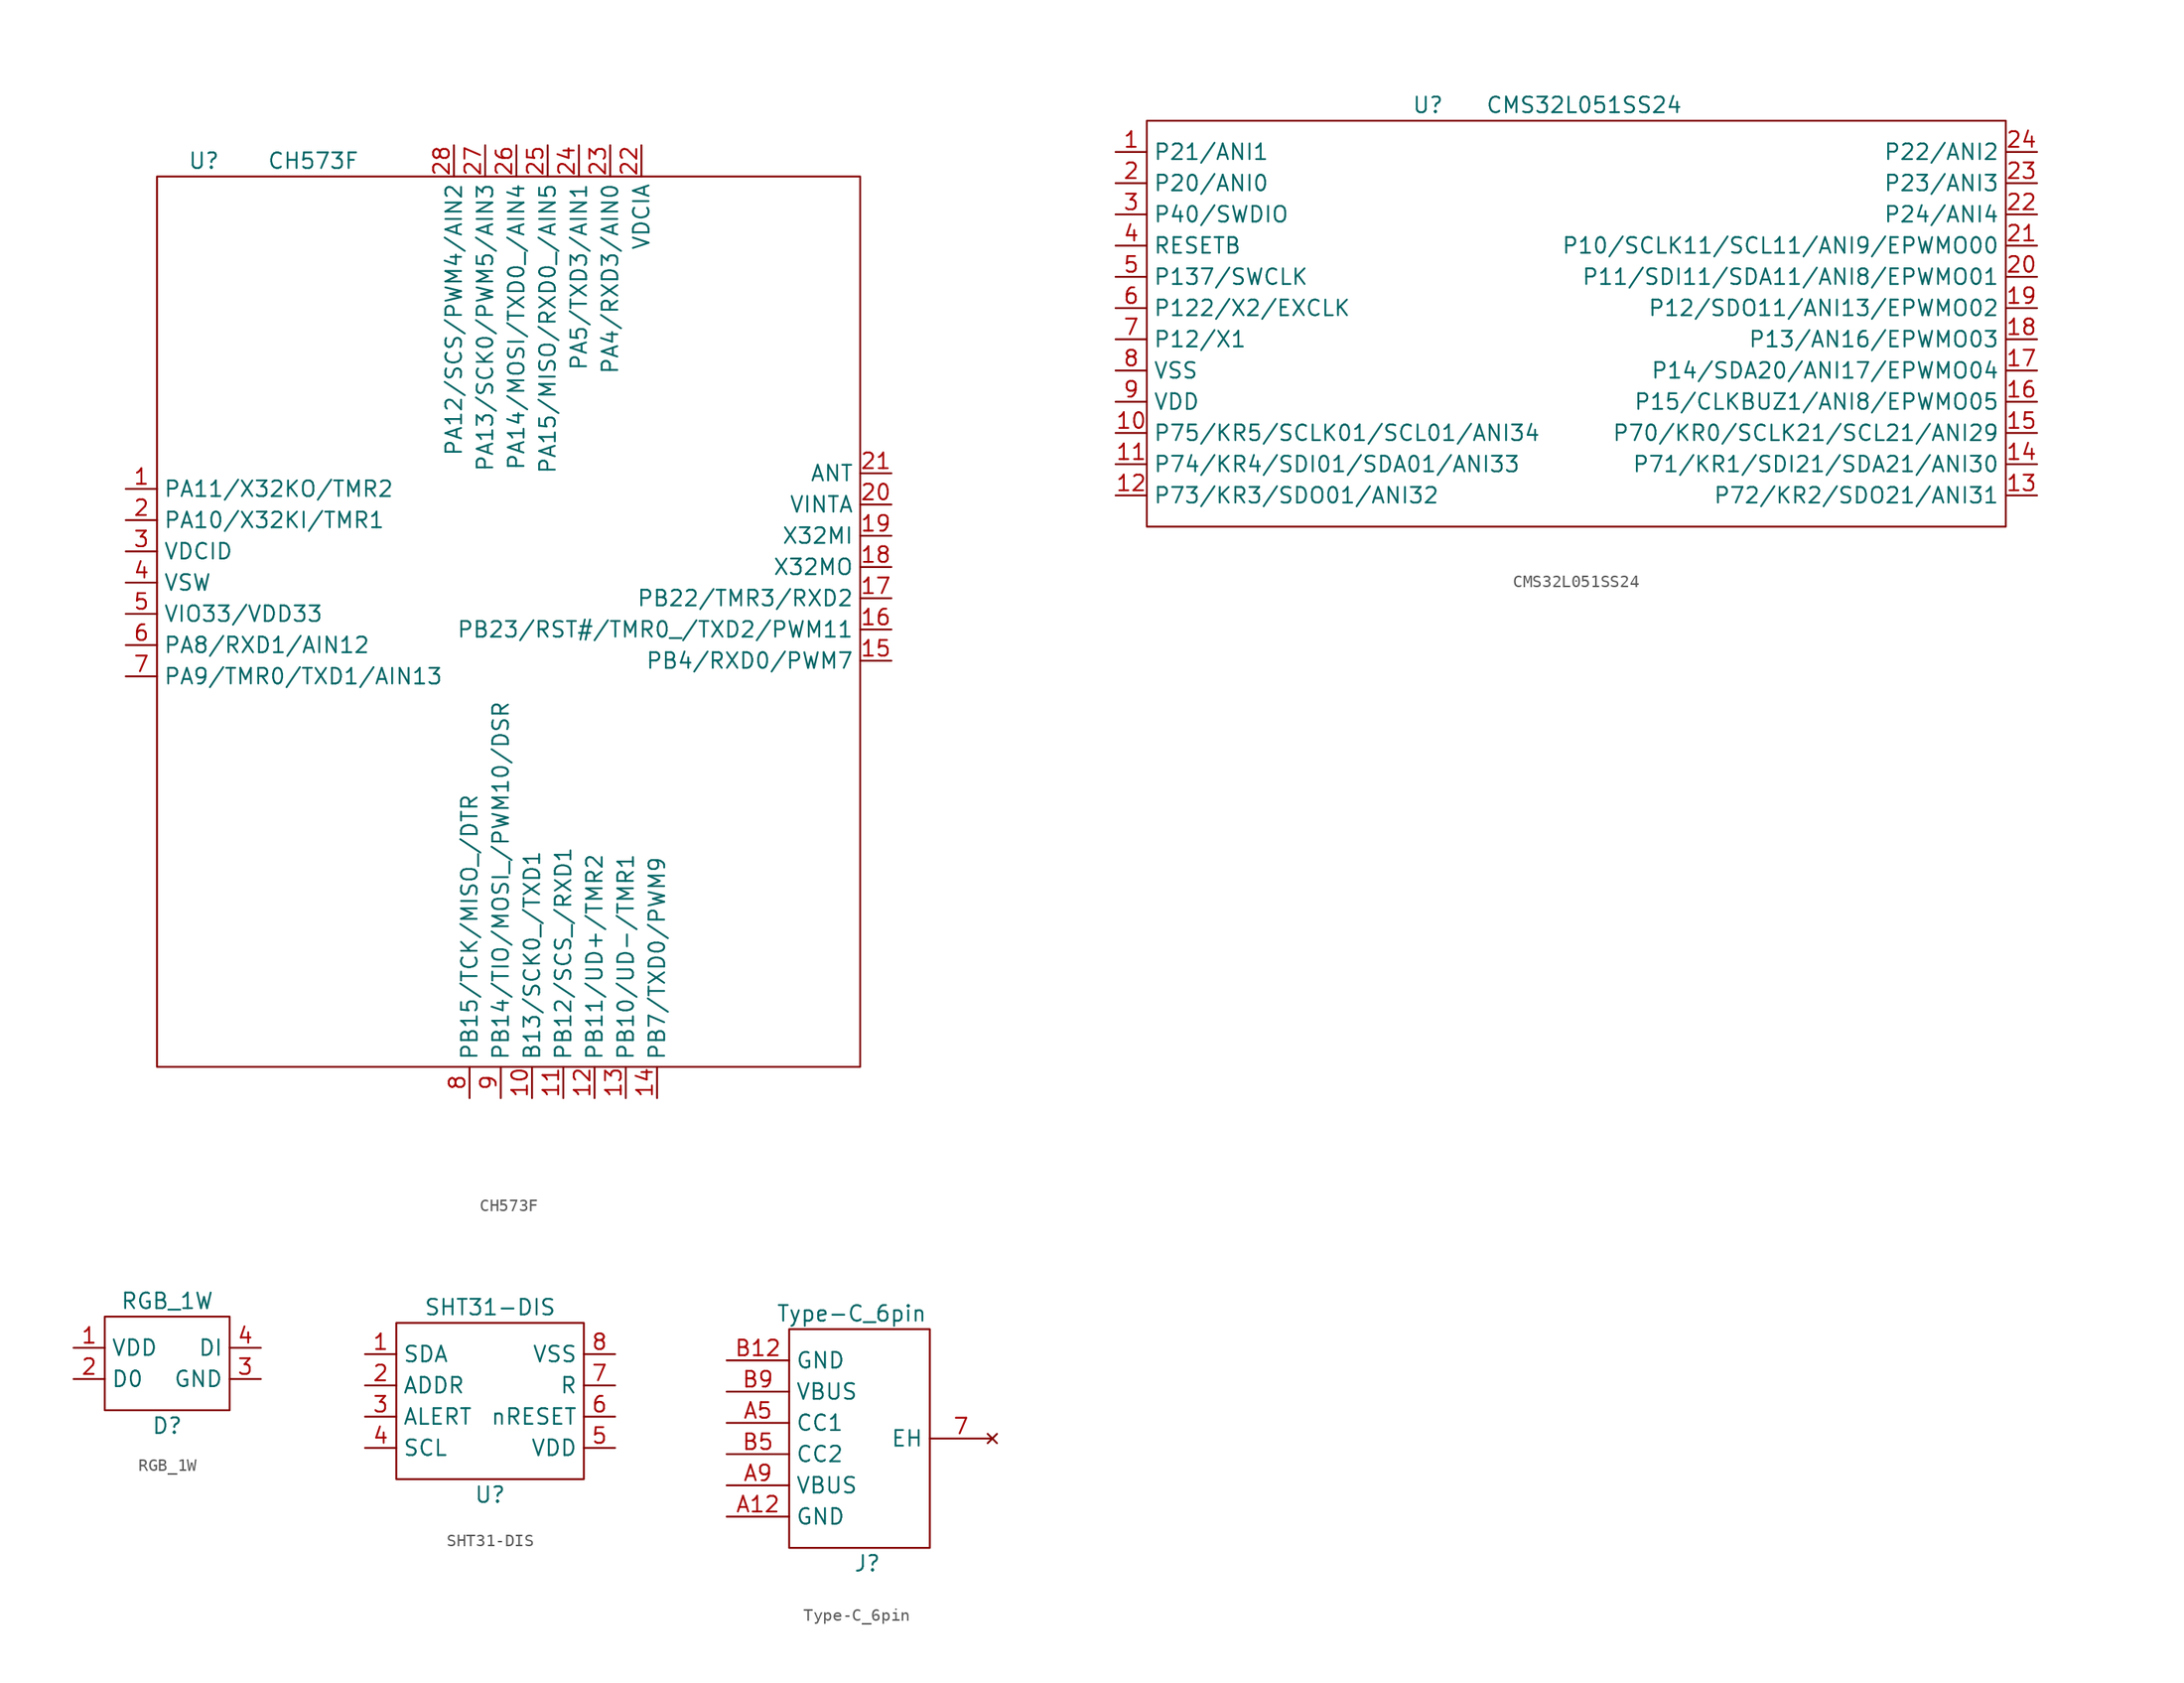
<source format=kicad_sym>
(kicad_symbol_lib
  (version 20211014)
  (generator kicad_symbol_editor)
  (symbol "CH573F"
    (property "Reference" "U"
      (at 3.81 1.27 0)
      (effects (font (size 1.27 1.27))))
    (property "Value" "CH573F"
      (at 12.7 1.27 0)
      (effects (font (size 1.27 1.27))))
    (symbol "CH573F_0_1"
      (rectangle (start 0 0) (end 57.15 -72.39) (stroke (width 0) (type default) (color 0 0 0 0)) (fill (type none))))
    (symbol "CH573F_1_1"
      (pin free line (at -2.54 -25.4 0) (length 2.54) (name "PA11/X32KO/TMR2" (effects (font (size 1.27 1.27)))) (number "1" (effects (font (size 1.27 1.27)))))
      (pin free line (at 30.48 -74.93 90) (length 2.54) (name "B13/SCK0_/TXD1" (effects (font (size 1.27 1.27)))) (number "10" (effects (font (size 1.27 1.27)))))
      (pin free line (at 33.02 -74.93 90) (length 2.54) (name "PB12/SCS_/RXD1" (effects (font (size 1.27 1.27)))) (number "11" (effects (font (size 1.27 1.27)))))
      (pin free line (at 35.56 -74.93 90) (length 2.54) (name "PB11/UD+/TMR2" (effects (font (size 1.27 1.27)))) (number "12" (effects (font (size 1.27 1.27)))))
      (pin free line (at 38.1 -74.93 90) (length 2.54) (name "PB10/UD-/TMR1" (effects (font (size 1.27 1.27)))) (number "13" (effects (font (size 1.27 1.27)))))
      (pin free line (at 40.64 -74.93 90) (length 2.54) (name "PB7/TXD0/PWM9" (effects (font (size 1.27 1.27)))) (number "14" (effects (font (size 1.27 1.27)))))
      (pin free line (at 59.69 -39.37 180) (length 2.54) (name "PB4/RXD0/PWM7" (effects (font (size 1.27 1.27)))) (number "15" (effects (font (size 1.27 1.27)))))
      (pin free line (at 59.69 -36.83 180) (length 2.54) (name "PB23/RST#/TMR0_/TXD2/PWM11" (effects (font (size 1.27 1.27)))) (number "16" (effects (font (size 1.27 1.27)))))
      (pin free line (at 59.69 -34.29 180) (length 2.54) (name "PB22/TMR3/RXD2" (effects (font (size 1.27 1.27)))) (number "17" (effects (font (size 1.27 1.27)))))
      (pin free line (at 59.69 -31.75 180) (length 2.54) (name "X32MO" (effects (font (size 1.27 1.27)))) (number "18" (effects (font (size 1.27 1.27)))))
      (pin free line (at 59.69 -29.21 180) (length 2.54) (name "X32MI" (effects (font (size 1.27 1.27)))) (number "19" (effects (font (size 1.27 1.27)))))
      (pin free line (at -2.54 -27.94 0) (length 2.54) (name "PA10/X32KI/TMR1" (effects (font (size 1.27 1.27)))) (number "2" (effects (font (size 1.27 1.27)))))
      (pin free line (at 59.69 -26.67 180) (length 2.54) (name "VINTA" (effects (font (size 1.27 1.27)))) (number "20" (effects (font (size 1.27 1.27)))))
      (pin free line (at 59.69 -24.13 180) (length 2.54) (name "ANT" (effects (font (size 1.27 1.27)))) (number "21" (effects (font (size 1.27 1.27)))))
      (pin free line (at 39.37 2.54 270) (length 2.54) (name "VDCIA" (effects (font (size 1.27 1.27)))) (number "22" (effects (font (size 1.27 1.27)))))
      (pin free line (at 36.83 2.54 270) (length 2.54) (name "PA4/RXD3/AIN0" (effects (font (size 1.27 1.27)))) (number "23" (effects (font (size 1.27 1.27)))))
      (pin free line (at 34.29 2.54 270) (length 2.54) (name "PA5/TXD3/AIN1" (effects (font (size 1.27 1.27)))) (number "24" (effects (font (size 1.27 1.27)))))
      (pin free line (at 31.75 2.54 270) (length 2.54) (name "PA15/MISO/RXD0_/AIN5" (effects (font (size 1.27 1.27)))) (number "25" (effects (font (size 1.27 1.27)))))
      (pin free line (at 29.21 2.54 270) (length 2.54) (name "PA14/MOSI/TXD0_/AIN4" (effects (font (size 1.27 1.27)))) (number "26" (effects (font (size 1.27 1.27)))))
      (pin free line (at 26.67 2.54 270) (length 2.54) (name "PA13/SCK0/PWM5/AIN3" (effects (font (size 1.27 1.27)))) (number "27" (effects (font (size 1.27 1.27)))))
      (pin free line (at 24.13 2.54 270) (length 2.54) (name "PA12/SCS/PWM4/AIN2" (effects (font (size 1.27 1.27)))) (number "28" (effects (font (size 1.27 1.27)))))
      (pin free line (at -2.54 -30.48 0) (length 2.54) (name "VDCID" (effects (font (size 1.27 1.27)))) (number "3" (effects (font (size 1.27 1.27)))))
      (pin free line (at -2.54 -33.02 0) (length 2.54) (name "VSW" (effects (font (size 1.27 1.27)))) (number "4" (effects (font (size 1.27 1.27)))))
      (pin free line (at -2.54 -35.56 0) (length 2.54) (name "VIO33/VDD33" (effects (font (size 1.27 1.27)))) (number "5" (effects (font (size 1.27 1.27)))))
      (pin free line (at -2.54 -38.1 0) (length 2.54) (name "PA8/RXD1/AIN12" (effects (font (size 1.27 1.27)))) (number "6" (effects (font (size 1.27 1.27)))))
      (pin free line (at -2.54 -40.64 0) (length 2.54) (name "PA9/TMR0/TXD1/AIN13" (effects (font (size 1.27 1.27)))) (number "7" (effects (font (size 1.27 1.27)))))
      (pin free line (at 25.4 -74.93 90) (length 2.54) (name "PB15/TCK/MISO_/DTR" (effects (font (size 1.27 1.27)))) (number "8" (effects (font (size 1.27 1.27)))))
      (pin free line (at 27.94 -74.93 90) (length 2.54) (name "PB14/TIO/MOSI_/PWM10/DSR" (effects (font (size 1.27 1.27)))) (number "9" (effects (font (size 1.27 1.27)))))))
  (symbol "CMS32L051SS24"
    (property "Reference" "U"
      (at 22.86 1.27 0)
      (effects (font (size 1.27 1.27))))
    (property "Value" "CMS32L051SS24"
      (at 35.56 1.27 0)
      (effects (font (size 1.27 1.27))))
    (symbol "CMS32L051SS24_0_1"
      (rectangle (start 0 0) (end 69.85 -33.02) (stroke (width 0) (type default) (color 0 0 0 0)) (fill (type none))))
    (symbol "CMS32L051SS24_1_1"
      (pin input line (at -2.54 -2.54 0) (length 2.54) (name "P21/ANI1" (effects (font (size 1.27 1.27)))) (number "1" (effects (font (size 1.27 1.27)))))
      (pin input line (at -2.54 -25.4 0) (length 2.54) (name "P75/KR5/SCLK01/SCL01/ANI34" (effects (font (size 1.27 1.27)))) (number "10" (effects (font (size 1.27 1.27)))))
      (pin input line (at -2.54 -27.94 0) (length 2.54) (name "P74/KR4/SDI01/SDA01/ANI33" (effects (font (size 1.27 1.27)))) (number "11" (effects (font (size 1.27 1.27)))))
      (pin input line (at -2.54 -30.48 0) (length 2.54) (name "P73/KR3/SDO01/ANI32" (effects (font (size 1.27 1.27)))) (number "12" (effects (font (size 1.27 1.27)))))
      (pin input line (at 72.39 -30.48 180) (length 2.54) (name "P72/KR2/SDO21/ANI31" (effects (font (size 1.27 1.27)))) (number "13" (effects (font (size 1.27 1.27)))))
      (pin input line (at 72.39 -27.94 180) (length 2.54) (name "P71/KR1/SDI21/SDA21/ANI30" (effects (font (size 1.27 1.27)))) (number "14" (effects (font (size 1.27 1.27)))))
      (pin input line (at 72.39 -25.4 180) (length 2.54) (name "P70/KR0/SCLK21/SCL21/ANI29" (effects (font (size 1.27 1.27)))) (number "15" (effects (font (size 1.27 1.27)))))
      (pin input line (at 72.39 -22.86 180) (length 2.54) (name "P15/CLKBUZ1/ANI8/EPWMO05" (effects (font (size 1.27 1.27)))) (number "16" (effects (font (size 1.27 1.27)))))
      (pin input line (at 72.39 -20.32 180) (length 2.54) (name "P14/SDA20/ANI17/EPWMO04" (effects (font (size 1.27 1.27)))) (number "17" (effects (font (size 1.27 1.27)))))
      (pin input line (at 72.39 -17.78 180) (length 2.54) (name "P13/AN16/EPWMO03" (effects (font (size 1.27 1.27)))) (number "18" (effects (font (size 1.27 1.27)))))
      (pin input line (at 72.39 -15.24 180) (length 2.54) (name "P12/SDO11/ANI13/EPWMO02" (effects (font (size 1.27 1.27)))) (number "19" (effects (font (size 1.27 1.27)))))
      (pin input line (at -2.54 -5.08 0) (length 2.54) (name "P20/ANI0" (effects (font (size 1.27 1.27)))) (number "2" (effects (font (size 1.27 1.27)))))
      (pin input line (at 72.39 -12.7 180) (length 2.54) (name "P11/SDI11/SDA11/ANI8/EPWMO01" (effects (font (size 1.27 1.27)))) (number "20" (effects (font (size 1.27 1.27)))))
      (pin input line (at 72.39 -10.16 180) (length 2.54) (name "P10/SCLK11/SCL11/ANI9/EPWMO00" (effects (font (size 1.27 1.27)))) (number "21" (effects (font (size 1.27 1.27)))))
      (pin input line (at 72.39 -7.62 180) (length 2.54) (name "P24/ANI4" (effects (font (size 1.27 1.27)))) (number "22" (effects (font (size 1.27 1.27)))))
      (pin input line (at 72.39 -5.08 180) (length 2.54) (name "P23/ANI3" (effects (font (size 1.27 1.27)))) (number "23" (effects (font (size 1.27 1.27)))))
      (pin input line (at 72.39 -2.54 180) (length 2.54) (name "P22/ANI2" (effects (font (size 1.27 1.27)))) (number "24" (effects (font (size 1.27 1.27)))))
      (pin input line (at -2.54 -7.62 0) (length 2.54) (name "P40/SWDIO" (effects (font (size 1.27 1.27)))) (number "3" (effects (font (size 1.27 1.27)))))
      (pin input line (at -2.54 -10.16 0) (length 2.54) (name "RESETB" (effects (font (size 1.27 1.27)))) (number "4" (effects (font (size 1.27 1.27)))))
      (pin input line (at -2.54 -12.7 0) (length 2.54) (name "P137/SWCLK" (effects (font (size 1.27 1.27)))) (number "5" (effects (font (size 1.27 1.27)))))
      (pin input line (at -2.54 -15.24 0) (length 2.54) (name "P122/X2/EXCLK" (effects (font (size 1.27 1.27)))) (number "6" (effects (font (size 1.27 1.27)))))
      (pin input line (at -2.54 -17.78 0) (length 2.54) (name "P12/X1" (effects (font (size 1.27 1.27)))) (number "7" (effects (font (size 1.27 1.27)))))
      (pin input line (at -2.54 -20.32 0) (length 2.54) (name "VSS" (effects (font (size 1.27 1.27)))) (number "8" (effects (font (size 1.27 1.27)))))
      (pin input line (at -2.54 -22.86 0) (length 2.54) (name "VDD" (effects (font (size 1.27 1.27)))) (number "9" (effects (font (size 1.27 1.27)))))))
  (symbol "RGB_1W"
    (property "Reference" "D"
      (at 5.08 -8.89 0)
      (effects (font (size 1.27 1.27))))
    (property "Value" "RGB_1W"
      (at 5.08 1.27 0)
      (effects (font (size 1.27 1.27))))
    (symbol "RGB_1W_0_1"
      (rectangle (start 0 0) (end 10.16 -7.62) (stroke (width 0) (type default) (color 0 0 0 0)) (fill (type none))))
    (symbol "RGB_1W_1_1"
      (pin input line (at -2.54 -2.54 0) (length 2.54) (name "VDD" (effects (font (size 1.27 1.27)))) (number "1" (effects (font (size 1.27 1.27)))))
      (pin input line (at -2.54 -5.08 0) (length 2.54) (name "D0" (effects (font (size 1.27 1.27)))) (number "2" (effects (font (size 1.27 1.27)))))
      (pin input line (at 12.7 -5.08 180) (length 2.54) (name "GND" (effects (font (size 1.27 1.27)))) (number "3" (effects (font (size 1.27 1.27)))))
      (pin input line (at 12.7 -2.54 180) (length 2.54) (name "DI" (effects (font (size 1.27 1.27)))) (number "4" (effects (font (size 1.27 1.27)))))))
  (symbol "SHT31-DIS"
    (property "Reference" "U"
      (at 7.62 -13.97 0)
      (effects (font (size 1.27 1.27))))
    (property "Value" "SHT31-DIS"
      (at 7.62 1.27 0)
      (effects (font (size 1.27 1.27))))
    (symbol "SHT31-DIS_0_1"
      (rectangle (start 0 0) (end 15.24 -12.7) (stroke (width 0) (type default) (color 0 0 0 0)) (fill (type none))))
    (symbol "SHT31-DIS_1_1"
      (pin input line (at -2.54 -2.54 0) (length 2.54) (name "SDA" (effects (font (size 1.27 1.27)))) (number "1" (effects (font (size 1.27 1.27)))))
      (pin input line (at -2.54 -5.08 0) (length 2.54) (name "ADDR" (effects (font (size 1.27 1.27)))) (number "2" (effects (font (size 1.27 1.27)))))
      (pin input line (at -2.54 -7.62 0) (length 2.54) (name "ALERT" (effects (font (size 1.27 1.27)))) (number "3" (effects (font (size 1.27 1.27)))))
      (pin input line (at -2.54 -10.16 0) (length 2.54) (name "SCL" (effects (font (size 1.27 1.27)))) (number "4" (effects (font (size 1.27 1.27)))))
      (pin input line (at 17.78 -10.16 180) (length 2.54) (name "VDD" (effects (font (size 1.27 1.27)))) (number "5" (effects (font (size 1.27 1.27)))))
      (pin input line (at 17.78 -7.62 180) (length 2.54) (name "nRESET" (effects (font (size 1.27 1.27)))) (number "6" (effects (font (size 1.27 1.27)))))
      (pin input line (at 17.78 -5.08 180) (length 2.54) (name "R" (effects (font (size 1.27 1.27)))) (number "7" (effects (font (size 1.27 1.27)))))
      (pin input line (at 17.78 -2.54 180) (length 2.54) (name "VSS" (effects (font (size 1.27 1.27)))) (number "8" (effects (font (size 1.27 1.27)))))))
  (symbol "Type-C_6pin"
    (property "Reference" "J"
      (at 6.35 -19.05 0)
      (effects (font (size 1.27 1.27))))
    (property "Value" "Type-C_6pin"
      (at 5.08 1.27 0)
      (effects (font (size 1.27 1.27))))
    (symbol "Type-C_6pin_0_1"
      (rectangle (start 0 0) (end 11.43 -17.78) (stroke (width 0) (type default) (color 0 0 0 0)) (fill (type none))))
    (symbol "Type-C_6pin_1_1"
      (pin no_connect line (at 16.51 -8.89 180) (length 5.08) (name "EH" (effects (font (size 1.27 1.27)))) (number "7" (effects (font (size 1.27 1.27)))))
      (pin input line (at -5.08 -15.24 0) (length 5.08) (name "GND" (effects (font (size 1.27 1.27)))) (number "A12" (effects (font (size 1.27 1.27)))))
      (pin input line (at -5.08 -7.62 0) (length 5.08) (name "CC1" (effects (font (size 1.27 1.27)))) (number "A5" (effects (font (size 1.27 1.27)))))
      (pin input line (at -5.08 -12.7 0) (length 5.08) (name "VBUS" (effects (font (size 1.27 1.27)))) (number "A9" (effects (font (size 1.27 1.27)))))
      (pin input line (at -5.08 -2.54 0) (length 5.08) (name "GND" (effects (font (size 1.27 1.27)))) (number "B12" (effects (font (size 1.27 1.27)))))
      (pin input line (at -5.08 -10.16 0) (length 5.08) (name "CC2" (effects (font (size 1.27 1.27)))) (number "B5" (effects (font (size 1.27 1.27)))))
      (pin input line (at -5.08 -5.08 0) (length 5.08) (name "VBUS" (effects (font (size 1.27 1.27)))) (number "B9" (effects (font (size 1.27 1.27))))))))
</source>
